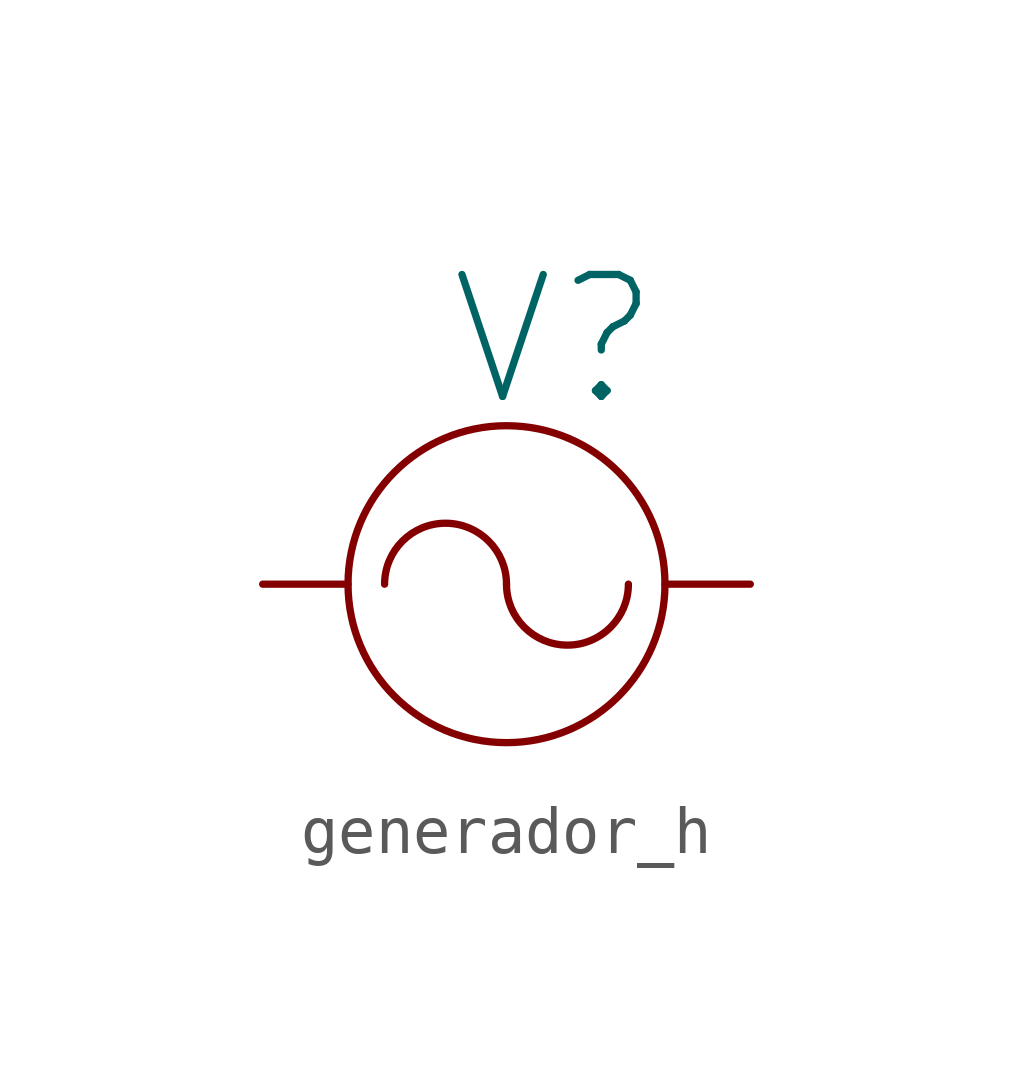
<source format=kicad_sym>
(kicad_symbol_lib
  (version 20220914)
  (generator kicad_symbol_editor)
  (symbol "generador_h"
    (pin_names
      (offset 1.016))
    (property "Reference" "V"
      (at 3.81 5.08 0)
      (effects (font (size 2.54 2.54)) (justify left)))
    (symbol "generador_h_0_0"
      (arc (start 5.08 0) (mid 3.81 1.2645) (end 2.54 0) (stroke (width 0) (type default)) (fill (type none)))
      (arc (start 5.08 0) (mid 6.35 -1.2645) (end 7.62 0) (stroke (width 0) (type default)) (fill (type none))))
    (symbol "generador_h_0_1"
      (circle (center 5.08 0) (radius 3.302) (stroke (width 0) (type default)) (fill (type none))))
    (symbol "generador_h_1_1"
      (pin input line (at 0 0 0) (length 1.778) (name "" (effects (font (size 1.27 1.27)))) (number "" (effects (font (size 1.143 1.143)))))
      (pin input line (at 10.16 0 180) (length 1.778) (name "" (effects (font (size 1.27 1.27)))) (number "" (effects (font (size 1.143 1.143))))))))
</source>
